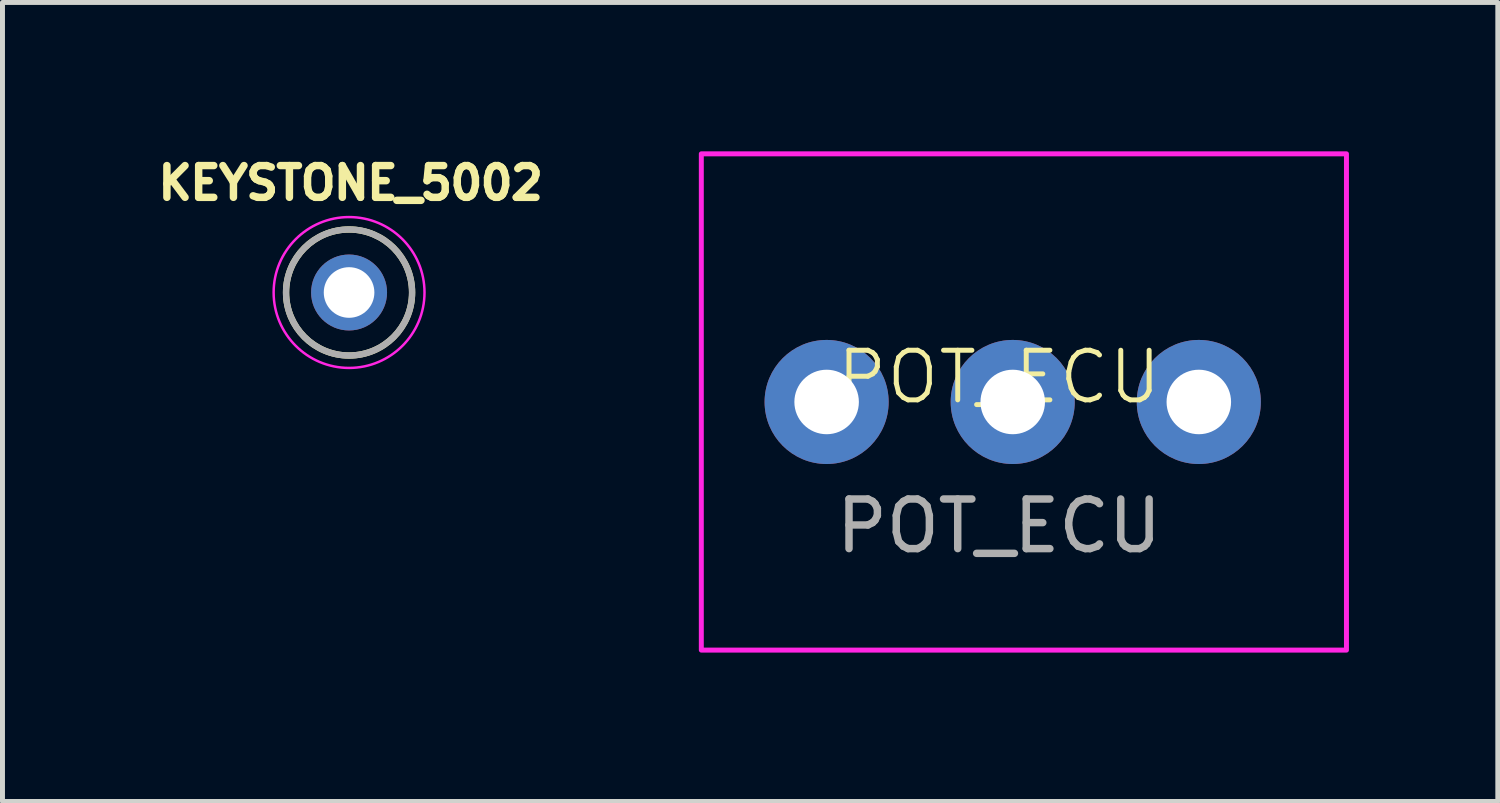
<source format=kicad_pcb>
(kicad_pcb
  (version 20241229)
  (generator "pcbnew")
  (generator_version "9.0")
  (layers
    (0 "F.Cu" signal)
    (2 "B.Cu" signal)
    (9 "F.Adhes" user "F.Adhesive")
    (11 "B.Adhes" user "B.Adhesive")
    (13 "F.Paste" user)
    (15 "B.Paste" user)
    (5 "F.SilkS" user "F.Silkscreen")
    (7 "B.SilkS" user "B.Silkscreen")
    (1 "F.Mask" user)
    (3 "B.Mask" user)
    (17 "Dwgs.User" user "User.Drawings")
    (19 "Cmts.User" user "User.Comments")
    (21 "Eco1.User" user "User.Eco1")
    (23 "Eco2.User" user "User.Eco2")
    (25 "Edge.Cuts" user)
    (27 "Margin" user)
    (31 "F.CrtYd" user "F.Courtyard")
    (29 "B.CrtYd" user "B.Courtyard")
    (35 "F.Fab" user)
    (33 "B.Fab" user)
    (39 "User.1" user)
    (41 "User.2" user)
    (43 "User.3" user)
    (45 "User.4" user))
  (footprint "POT_ECU"
    (layer "F.Cu")
    (at 17.082 5.05)
    (property "Reference" "POT_ECU" (at 0 -0.5 0) (unlocked yes) (layer "F.SilkS") (effects (font (size 1 1) (thickness 0.1))))
    (attr through_hole)
    (fp_rect (start -6 -5) (end 7 5) (stroke (width 0.1) (type default)) (fill no) (layer "F.CrtYd"))
    (fp_text user "${REFERENCE}" (at 0 2.5 0) (unlocked yes) (layer "F.Fab") (effects (font (size 1 1) (thickness 0.15))))
    (pad "1" thru_hole circle (at -3.475 0) (size 2.5 2.5) (drill 1.3) (layers "*.Cu" "*.Mask"))
    (pad "2" thru_hole circle (at 0.275 0) (size 2.5 2.5) (drill 1.3) (layers "*.Cu" "*.Mask"))
    (pad "3" thru_hole circle (at 4.025 0) (size 2.5 2.5) (drill 1.3) (layers "*.Cu" "*.Mask")))
  (footprint "KEYSTONE_5002"
    (layer "F.Cu")
    (at 3.984 2.844)
    (property "Reference" "KEYSTONE_5002" (at 0.032 -2.206 0) (layer "F.SilkS") (effects (font (size 0.64 0.64) (thickness 0.15))))
    (attr through_hole)
    (fp_circle (center 0 0) (end 1.27 0) (stroke (width 0.127) (type solid)) (fill no) (layer "F.SilkS"))
    (fp_circle (center 0 0) (end 1.52 0) (stroke (width 0.05) (type solid)) (fill no) (layer "F.CrtYd"))
    (fp_circle (center 0 0) (end 1.27 0) (stroke (width 0.127) (type solid)) (fill no) (layer "F.Fab"))
    (pad "1" thru_hole circle (at 0 0) (size 1.53 1.53) (drill 1.02) (layers "*.Cu" "*.Mask")))
  (gr_rect
    (start -3 -3)
    (end 27.132 13.1)
    (stroke (width 0.1) (type default))
    (fill no)
    (layer "Edge.Cuts")))
</source>
